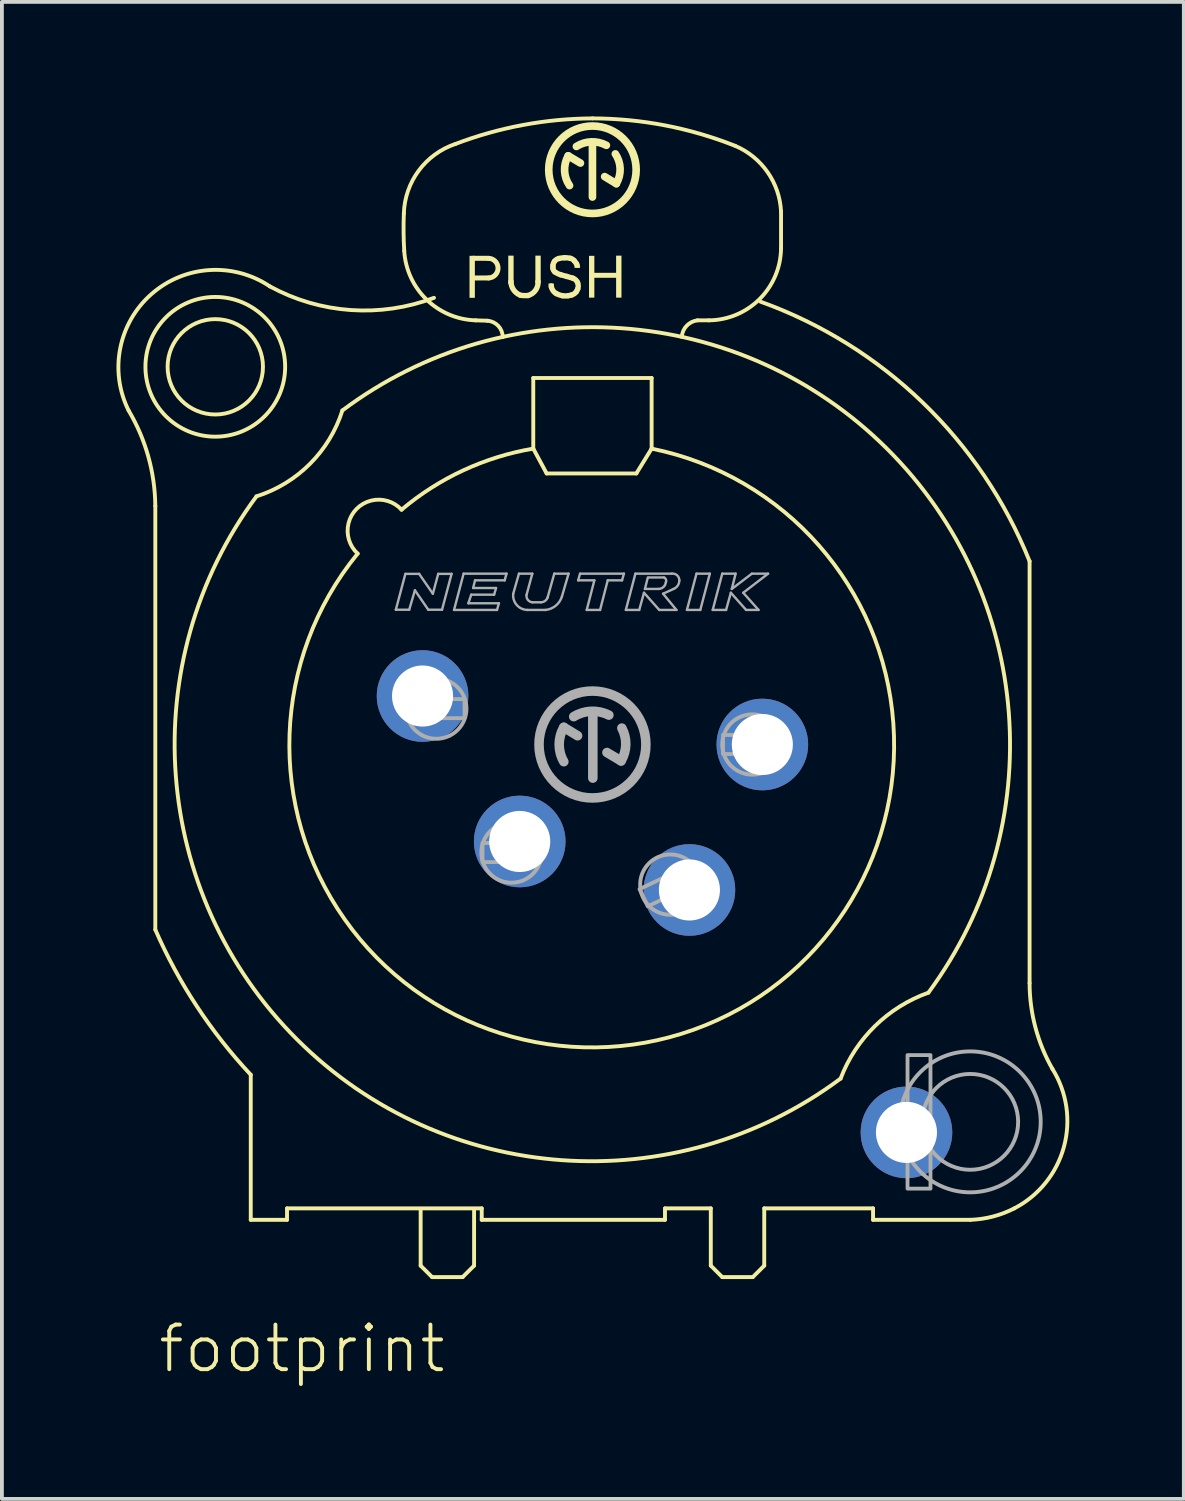
<source format=kicad_pcb>
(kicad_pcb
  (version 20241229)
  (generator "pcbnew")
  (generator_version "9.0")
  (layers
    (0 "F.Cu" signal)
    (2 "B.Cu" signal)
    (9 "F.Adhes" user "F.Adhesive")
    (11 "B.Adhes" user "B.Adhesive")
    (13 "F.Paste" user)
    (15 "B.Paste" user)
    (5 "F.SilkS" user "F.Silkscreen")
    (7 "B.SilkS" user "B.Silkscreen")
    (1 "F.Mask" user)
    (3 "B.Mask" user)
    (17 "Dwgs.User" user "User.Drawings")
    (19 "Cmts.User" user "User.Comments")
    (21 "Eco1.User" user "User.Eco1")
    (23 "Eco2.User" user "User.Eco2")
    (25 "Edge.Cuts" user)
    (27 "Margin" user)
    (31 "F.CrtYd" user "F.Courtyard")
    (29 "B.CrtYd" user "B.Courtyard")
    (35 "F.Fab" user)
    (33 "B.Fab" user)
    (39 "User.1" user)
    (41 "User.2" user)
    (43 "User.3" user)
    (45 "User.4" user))
  (footprint "footprint"
    (layer "F.Cu")
    (at 12.468 16.451)
    (property "Reference" "footprint" (at -11.43 16.51 0) (layer "F.SilkS") (effects (font (size 1.168 1.168) (thickness 0.102)) (justify left bottom)))
    (fp_line (start -11.45 -6.25) (end -11.45 4.85) (stroke (width 0.102) (type solid)) (layer "F.SilkS"))
    (fp_line (start -8.95 8.65) (end -8.95 12.45) (stroke (width 0.102) (type solid)) (layer "F.SilkS"))
    (fp_line (start -8.95 12.45) (end -8 12.45) (stroke (width 0.102) (type solid)) (layer "F.SilkS"))
    (fp_line (start -8 12.15) (end -2.9 12.15) (stroke (width 0.102) (type solid)) (layer "F.SilkS"))
    (fp_line (start -8 12.45) (end -8 12.15) (stroke (width 0.102) (type solid)) (layer "F.SilkS"))
    (fp_line (start -4.5 12.2) (end -4.5 13.65) (stroke (width 0.102) (type solid)) (layer "F.SilkS"))
    (fp_line (start -4.5 13.65) (end -4.2 13.95) (stroke (width 0.102) (type solid)) (layer "F.SilkS"))
    (fp_line (start -4.2 13.95) (end -3.4 13.95) (stroke (width 0.102) (type solid)) (layer "F.SilkS"))
    (fp_line (start -3.4 13.95) (end -3.1 13.65) (stroke (width 0.102) (type solid)) (layer "F.SilkS"))
    (fp_line (start -3.13 -12.735) (end -2.73 -12.735) (stroke (width 0.13) (type solid)) (layer "F.SilkS"))
    (fp_line (start -3.1 13.65) (end -3.1 12.2) (stroke (width 0.102) (type solid)) (layer "F.SilkS"))
    (fp_line (start -2.9 12.15) (end -2.9 12.45) (stroke (width 0.102) (type solid)) (layer "F.SilkS"))
    (fp_line (start -2.9 12.45) (end 1.9 12.45) (stroke (width 0.102) (type solid)) (layer "F.SilkS"))
    (fp_line (start -2.75 -11.1) (end -3.06 -11.11) (stroke (width 0.102) (type solid)) (layer "F.SilkS"))
    (fp_line (start -2.72 -12.22) (end -3.11 -12.22) (stroke (width 0.13) (type solid)) (layer "F.SilkS"))
    (fp_line (start -1.55 -9.6) (end -1.55 -7.75) (stroke (width 0.102) (type solid)) (layer "F.SilkS"))
    (fp_line (start -1.55 -7.75) (end -1.2 -7.1) (stroke (width 0.102) (type solid)) (layer "F.SilkS"))
    (fp_line (start -1.2 -7.1) (end 1.15 -7.1) (stroke (width 0.102) (type solid)) (layer "F.SilkS"))
    (fp_line (start -1.08 -12.01) (end -1.075 -11.985) (stroke (width 0.14) (type solid)) (layer "F.SilkS"))
    (fp_line (start -0.315 -15.23) (end -0.635 -15.42) (stroke (width 0.2) (type solid)) (layer "F.SilkS"))
    (fp_line (start 0 -14.34) (end 0 -15.73) (stroke (width 0.2) (type solid)) (layer "F.SilkS"))
    (fp_line (start 0.32 -14.875) (end 0.625 -14.69) (stroke (width 0.2) (type solid)) (layer "F.SilkS"))
    (fp_line (start 1.15 -7.1) (end 1.55 -7.75) (stroke (width 0.102) (type solid)) (layer "F.SilkS"))
    (fp_line (start 1.55 -9.6) (end -1.55 -9.6) (stroke (width 0.102) (type solid)) (layer "F.SilkS"))
    (fp_line (start 1.55 -7.75) (end 1.55 -9.6) (stroke (width 0.102) (type solid)) (layer "F.SilkS"))
    (fp_line (start 1.9 12.15) (end 3.1 12.15) (stroke (width 0.102) (type solid)) (layer "F.SilkS"))
    (fp_line (start 1.9 12.45) (end 1.9 12.15) (stroke (width 0.102) (type solid)) (layer "F.SilkS"))
    (fp_line (start 3.1 12.15) (end 3.1 13.65) (stroke (width 0.102) (type solid)) (layer "F.SilkS"))
    (fp_line (start 3.1 13.65) (end 3.4 13.95) (stroke (width 0.102) (type solid)) (layer "F.SilkS"))
    (fp_line (start 3.4 13.95) (end 4.2 13.95) (stroke (width 0.102) (type solid)) (layer "F.SilkS"))
    (fp_line (start 4.2 13.95) (end 4.5 13.65) (stroke (width 0.102) (type solid)) (layer "F.SilkS"))
    (fp_line (start 4.5 12.15) (end 7.35 12.15) (stroke (width 0.102) (type solid)) (layer "F.SilkS"))
    (fp_line (start 4.5 13.65) (end 4.5 12.15) (stroke (width 0.102) (type solid)) (layer "F.SilkS"))
    (fp_line (start 4.94 -13.96) (end 4.94 -13) (stroke (width 0.102) (type solid)) (layer "F.SilkS"))
    (fp_line (start 7.35 12.15) (end 7.35 12.45) (stroke (width 0.102) (type solid)) (layer "F.SilkS"))
    (fp_line (start 7.35 12.45) (end 9.9 12.45) (stroke (width 0.102) (type solid)) (layer "F.SilkS"))
    (fp_line (start 11.45 6.25) (end 11.45 -4.8) (stroke (width 0.102) (type solid)) (layer "F.SilkS"))
    (fp_arc (start -12.15 -8.75) (mid -11.634641 -7.5463) (end -11.45 -6.25) (stroke (width 0.1016) (type solid)) (layer "F.SilkS"))
    (fp_arc (start -12.149999 -8.75) (mid -11.550562 -11.798717) (end -8.45 -12) (stroke (width 0.1016) (type solid)) (layer "F.SilkS"))
    (fp_arc (start -8.95 8.65) (mid -10.362445 6.856872) (end -11.45 4.85) (stroke (width 0.1016) (type solid)) (layer "F.SilkS"))
    (fp_arc (start -6.55 -8.75) (mid 7.709645 -7.752825) (end 8.799998 6.499998) (stroke (width 0.1016) (type solid)) (layer "F.SilkS"))
    (fp_arc (start -6.55 -8.749999) (mid -7.399996 -7.349995) (end -8.8 -6.5) (stroke (width 0.1016) (type solid)) (layer "F.SilkS"))
    (fp_arc (start -6.15 -5) (mid -6.175543 -6.175543) (end -5 -6.15) (stroke (width 0.1016) (type solid)) (layer "F.SilkS"))
    (fp_arc (start -5 -6.15) (mid -3.382475 -7.181744) (end -1.55 -7.75) (stroke (width 0.1016) (type solid)) (layer "F.SilkS"))
    (fp_arc (start -4.94 -13.91) (mid -4.550179 -15.031535) (end -3.589998 -15.73) (stroke (width 0.1016) (type solid)) (layer "F.SilkS"))
    (fp_arc (start -4.93 -12.93) (mid -4.946992 -13.419878) (end -4.94 -13.91) (stroke (width 0.1016) (type solid)) (layer "F.SilkS"))
    (fp_arc (start -4.15 -11.7) (mid -6.332781 -11.380141) (end -8.45 -12) (stroke (width 0.1016) (type solid)) (layer "F.SilkS"))
    (fp_arc (start -3.59 -15.73) (mid -1.825069 -16.226116) (end 0 -16.4) (stroke (width 0.1016) (type solid)) (layer "F.SilkS"))
    (fp_arc (start -3.06 -11.11) (mid -4.347877 -11.657428) (end -4.929998 -12.93) (stroke (width 0.1016) (type solid)) (layer "F.SilkS"))
    (fp_arc (start -2.75 -11.1) (mid -2.465454 -10.963647) (end -2.35 -10.67) (stroke (width 0.1016) (type solid)) (layer "F.SilkS"))
    (fp_arc (start -2.73 -12.735) (mid -2.47245 -12.482404) (end -2.719998 -12.219998) (stroke (width 0.13) (type solid)) (layer "F.SilkS"))
    (fp_arc (start -1.88 -11.765) (mid -2.064528 -11.907658) (end -2.135 -12.13) (stroke (width 0.14) (type solid)) (layer "F.SilkS"))
    (fp_arc (start -1.69 -11.76) (mid -1.785118 -11.758012) (end -1.88 -11.765) (stroke (width 0.14) (type solid)) (layer "F.SilkS"))
    (fp_arc (start -1.425 -12.13) (mid -1.491164 -11.897489) (end -1.69 -11.76) (stroke (width 0.14) (type solid)) (layer "F.SilkS"))
    (fp_arc (start -1.035 -12.545) (mid -1.023241 -12.602997) (end -0.994999 -12.655) (stroke (width 0.14) (type solid)) (layer "F.SilkS"))
    (fp_arc (start -1.035 -12.475) (mid -1.035897 -12.51) (end -1.035 -12.545) (stroke (width 0.14) (type solid)) (layer "F.SilkS"))
    (fp_arc (start -0.995 -12.655) (mid -0.944061 -12.70256) (end -0.88 -12.73) (stroke (width 0.14) (type solid)) (layer "F.SilkS"))
    (fp_arc (start -0.98 -12.375) (mid -1.018984 -12.418684) (end -1.035 -12.475001) (stroke (width 0.14) (type solid)) (layer "F.SilkS"))
    (fp_arc (start -0.945 -11.809999) (mid -1.02964 -11.88291) (end -1.075 -11.985) (stroke (width 0.14) (type solid)) (layer "F.SilkS"))
    (fp_arc (start -0.88 -12.73) (mid -0.805495 -12.743715) (end -0.73 -12.75) (stroke (width 0.14) (type solid)) (layer "F.SilkS"))
    (fp_arc (start -0.835 -12.305) (mid -0.91042 -12.33395) (end -0.98 -12.375) (stroke (width 0.14) (type solid)) (layer "F.SilkS"))
    (fp_arc (start -0.785 -11.755) (mid -0.867193 -11.776119) (end -0.945 -11.81) (stroke (width 0.14) (type solid)) (layer "F.SilkS"))
    (fp_arc (start -0.73 -12.75) (mid -0.654498 -12.747518) (end -0.58 -12.735) (stroke (width 0.14) (type solid)) (layer "F.SilkS"))
    (fp_arc (start -0.67 -12.26) (mid -0.752692 -12.281798) (end -0.835 -12.305) (stroke (width 0.14) (type solid)) (layer "F.SilkS"))
    (fp_arc (start -0.67 -12.26) (mid -0.592125 -12.238792) (end -0.515 -12.215) (stroke (width 0.14) (type solid)) (layer "F.SilkS"))
    (fp_arc (start -0.635 -11.755) (mid -0.71 -11.748536) (end -0.785 -11.755) (stroke (width 0.14) (type solid)) (layer "F.SilkS"))
    (fp_arc (start -0.600001 -14.640001) (mid -0.729534 -15.024974) (end -0.635 -15.42) (stroke (width 0.2) (type solid)) (layer "F.SilkS"))
    (fp_arc (start -0.58 -12.735) (mid -0.52536 -12.712732) (end -0.479999 -12.675) (stroke (width 0.14) (type solid)) (layer "F.SilkS"))
    (fp_arc (start -0.545 -11.775) (mid -0.589766 -11.763948) (end -0.635 -11.755) (stroke (width 0.14) (type solid)) (layer "F.SilkS"))
    (fp_arc (start -0.515 -12.214999) (mid -0.439971 -12.171119) (end -0.39 -12.1) (stroke (width 0.14) (type solid)) (layer "F.SilkS"))
    (fp_arc (start -0.48 -12.675) (mid -0.448393 -12.636205) (end -0.42 -12.595) (stroke (width 0.14) (type solid)) (layer "F.SilkS"))
    (fp_arc (start -0.42 -15.665) (mid -0.031557 -15.786174) (end 0.365001 -15.695) (stroke (width 0.2) (type solid)) (layer "F.SilkS"))
    (fp_arc (start -0.42 -12.595) (mid -0.409613 -12.577721) (end -0.4 -12.56) (stroke (width 0.14) (type solid)) (layer "F.SilkS"))
    (fp_arc (start -0.42 -11.865) (mid -0.474346 -11.808675) (end -0.545 -11.775) (stroke (width 0.14) (type solid)) (layer "F.SilkS"))
    (fp_arc (start -0.39 -12.1) (mid -0.372108 -12.017966) (end -0.385 -11.935) (stroke (width 0.14) (type solid)) (layer "F.SilkS"))
    (fp_arc (start -0.385 -11.935) (mid -0.40031 -11.898905) (end -0.42 -11.865) (stroke (width 0.14) (type solid)) (layer "F.SilkS"))
    (fp_arc (start 0 -16.4) (mid 1.903896 -16.21607) (end 3.74 -15.68) (stroke (width 0.1016) (type solid)) (layer "F.SilkS"))
    (fp_arc (start 0.6 -15.469999) (mid 0.725239 -15.083613) (end 0.625 -14.69) (stroke (width 0.2) (type solid)) (layer "F.SilkS"))
    (fp_arc (start 1.55 -7.75) (mid 2.64544 7.472228) (end -6.149999 -5) (stroke (width 0.1016) (type solid)) (layer "F.SilkS"))
    (fp_arc (start 2.339999 -10.680001) (mid 2.468258 -10.968173) (end 2.75 -11.11) (stroke (width 0.1016) (type solid)) (layer "F.SilkS"))
    (fp_arc (start 2.75 -11.11) (mid 2.9 -11.110782) (end 3.05 -11.11) (stroke (width 0.1016) (type solid)) (layer "F.SilkS"))
    (fp_arc (start 3.74 -15.68) (mid 4.587041 -14.992353) (end 4.94 -13.959999) (stroke (width 0.1016) (type solid)) (layer "F.SilkS"))
    (fp_arc (start 4.399999 -11.6) (mid 8.653124 -8.954894) (end 11.45 -4.8) (stroke (width 0.1016) (type solid)) (layer "F.SilkS"))
    (fp_arc (start 4.94 -13) (mid 4.380591 -11.669408) (end 3.049999 -11.109999) (stroke (width 0.1016) (type solid)) (layer "F.SilkS"))
    (fp_arc (start 6.5 8.75) (mid -7.7333 7.729886) (end -8.799998 -6.499998) (stroke (width 0.1016) (type solid)) (layer "F.SilkS"))
    (fp_arc (start 6.500001 8.749999) (mid 7.402461 7.371959) (end 8.8 6.5) (stroke (width 0.1016) (type solid)) (layer "F.SilkS"))
    (fp_arc (start 11.05 12.15) (mid 10.491533 12.363377) (end 9.9 12.45) (stroke (width 0.1016) (type solid)) (layer "F.SilkS"))
    (fp_arc (start 12.05 8.5) (mid 12.348211 10.543688) (end 11.05 12.15) (stroke (width 0.1016) (type solid)) (layer "F.SilkS"))
    (fp_arc (start 12.05 8.5) (mid 11.603713 7.41401) (end 11.45 6.25) (stroke (width 0.1016) (type solid)) (layer "F.SilkS"))
    (fp_circle (center -9.879 -9.893) (end -8.63 -9.893) (stroke (width 0.102) (type solid)) (fill no) (layer "F.SilkS"))
    (fp_circle (center -9.879 -9.893) (end -8.049 -9.893) (stroke (width 0.102) (type solid)) (fill no) (layer "F.SilkS"))
    (fp_circle (center 0 -15.055) (end 1.145 -15.055) (stroke (width 0.2) (type solid)) (fill no) (layer "F.SilkS"))
    (fp_poly (pts (xy -3.22 -11.7) (xy -3.08 -11.7) (xy -3.08 -12.8) (xy -3.22 -12.8)) (stroke (width 0) (type solid)) (fill yes) (layer "F.SilkS"))
    (fp_poly (pts (xy -2.205 -12.06) (xy -2.065 -12.06) (xy -2.065 -12.805) (xy -2.205 -12.805)) (stroke (width 0) (type solid)) (fill yes) (layer "F.SilkS"))
    (fp_poly (pts (xy -1.495 -12.08) (xy -1.355 -12.08) (xy -1.355 -12.805) (xy -1.495 -12.805)) (stroke (width 0) (type solid)) (fill yes) (layer "F.SilkS"))
    (fp_poly (pts (xy -1.15 -12.025) (xy -1.01 -12.025) (xy -1.01 -12.075) (xy -1.15 -12.075)) (stroke (width 0) (type solid)) (fill yes) (layer "F.SilkS"))
    (fp_poly (pts (xy -0.47 -12.485) (xy -0.325 -12.485) (xy -0.325 -12.545) (xy -0.47 -12.545)) (stroke (width 0) (type solid)) (fill yes) (layer "F.SilkS"))
    (fp_poly (pts (xy -0.09 -11.705) (xy 0.05 -11.705) (xy 0.05 -12.8) (xy -0.09 -12.8)) (stroke (width 0) (type solid)) (fill yes) (layer "F.SilkS"))
    (fp_poly (pts (xy 0.035 -12.225) (xy 0.64 -12.225) (xy 0.64 -12.355) (xy 0.035 -12.355)) (stroke (width 0) (type solid)) (fill yes) (layer "F.SilkS"))
    (fp_poly (pts (xy 0.62 -11.705) (xy 0.76 -11.705) (xy 0.76 -12.805) (xy 0.62 -12.805)) (stroke (width 0) (type solid)) (fill yes) (layer "F.SilkS"))
    (fp_line (start -5.15 -3.53) (end -4.9 -4.47) (stroke (width 0.063) (type solid)) (layer "F.Fab"))
    (fp_line (start -4.9 -4.47) (end -4.54 -4.47) (stroke (width 0.063) (type solid)) (layer "F.Fab"))
    (fp_line (start -4.8 -3.53) (end -5.15 -3.53) (stroke (width 0.063) (type solid)) (layer "F.Fab"))
    (fp_line (start -4.65 -4.04) (end -4.8 -3.53) (stroke (width 0.063) (type solid)) (layer "F.Fab"))
    (fp_line (start -4.54 -4.47) (end -4.18 -3.95) (stroke (width 0.063) (type solid)) (layer "F.Fab"))
    (fp_line (start -4.3 -3.53) (end -4.65 -4.04) (stroke (width 0.063) (type solid)) (layer "F.Fab"))
    (fp_line (start -4.18 -3.95) (end -4.04 -4.47) (stroke (width 0.063) (type solid)) (layer "F.Fab"))
    (fp_line (start -4.04 -4.47) (end -3.69 -4.47) (stroke (width 0.063) (type solid)) (layer "F.Fab"))
    (fp_line (start -3.94 -3.53) (end -4.3 -3.53) (stroke (width 0.063) (type solid)) (layer "F.Fab"))
    (fp_line (start -3.69 -4.47) (end -3.94 -3.53) (stroke (width 0.063) (type solid)) (layer "F.Fab"))
    (fp_line (start -3.625 -3.525) (end -3.375 -4.475) (stroke (width 0.063) (type solid)) (layer "F.Fab"))
    (fp_line (start -3.375 -4.475) (end -2.25 -4.475) (stroke (width 0.063) (type solid)) (layer "F.Fab"))
    (fp_line (start -3.25 -3.7) (end -2.45 -3.7) (stroke (width 0.063) (type solid)) (layer "F.Fab"))
    (fp_line (start -3.175 -3.925) (end -3.25 -3.7) (stroke (width 0.063) (type solid)) (layer "F.Fab"))
    (fp_line (start -3.125 -4.1) (end -2.525 -4.1) (stroke (width 0.063) (type solid)) (layer "F.Fab"))
    (fp_line (start -3.075 -4.3) (end -3.125 -4.1) (stroke (width 0.063) (type solid)) (layer "F.Fab"))
    (fp_line (start -2.575 -3.925) (end -3.175 -3.925) (stroke (width 0.063) (type solid)) (layer "F.Fab"))
    (fp_line (start -2.525 -4.1) (end -2.575 -3.925) (stroke (width 0.063) (type solid)) (layer "F.Fab"))
    (fp_line (start -2.5 -3.525) (end -3.625 -3.525) (stroke (width 0.063) (type solid)) (layer "F.Fab"))
    (fp_line (start -2.45 -3.7) (end -2.5 -3.525) (stroke (width 0.063) (type solid)) (layer "F.Fab"))
    (fp_line (start -2.3 -4.3) (end -3.075 -4.3) (stroke (width 0.063) (type solid)) (layer "F.Fab"))
    (fp_line (start -2.25 -4.475) (end -2.3 -4.3) (stroke (width 0.063) (type solid)) (layer "F.Fab"))
    (fp_line (start -2.075 -3.95) (end -1.925 -4.475) (stroke (width 0.063) (type solid)) (layer "F.Fab"))
    (fp_line (start -1.925 -4.475) (end -1.575 -4.475) (stroke (width 0.063) (type solid)) (layer "F.Fab"))
    (fp_line (start -1.575 -4.475) (end -1.725 -3.925) (stroke (width 0.063) (type solid)) (layer "F.Fab"))
    (fp_line (start -1.575 -3.725) (end -1.35 -3.725) (stroke (width 0.063) (type solid)) (layer "F.Fab"))
    (fp_line (start -1.225 -3.525) (end -1.7 -3.525) (stroke (width 0.063) (type solid)) (layer "F.Fab"))
    (fp_line (start -1.175 -3.85) (end -1 -4.475) (stroke (width 0.063) (type solid)) (layer "F.Fab"))
    (fp_line (start -1 -4.475) (end -0.625 -4.475) (stroke (width 0.063) (type solid)) (layer "F.Fab"))
    (fp_line (start -0.75 -0.45) (end -0.39 -0.23) (stroke (width 0.25) (type solid)) (layer "F.Fab"))
    (fp_line (start -0.625 -4.475) (end -0.8 -3.875) (stroke (width 0.063) (type solid)) (layer "F.Fab"))
    (fp_line (start -0.375 -4.3) (end -0.325 -4.475) (stroke (width 0.063) (type solid)) (layer "F.Fab"))
    (fp_line (start -0.325 -4.475) (end 0.825 -4.475) (stroke (width 0.063) (type solid)) (layer "F.Fab"))
    (fp_line (start -0.15 -3.525) (end 0.05 -4.3) (stroke (width 0.063) (type solid)) (layer "F.Fab"))
    (fp_line (start 0.01 0.88) (end 0.01 -0.78) (stroke (width 0.25) (type solid)) (layer "F.Fab"))
    (fp_line (start 0.05 -4.3) (end -0.375 -4.3) (stroke (width 0.063) (type solid)) (layer "F.Fab"))
    (fp_line (start 0.2 -3.525) (end -0.15 -3.525) (stroke (width 0.063) (type solid)) (layer "F.Fab"))
    (fp_line (start 0.38 0.21) (end 0.75 0.43) (stroke (width 0.25) (type solid)) (layer "F.Fab"))
    (fp_line (start 0.4 -4.3) (end 0.2 -3.525) (stroke (width 0.063) (type solid)) (layer "F.Fab"))
    (fp_line (start 0.775 -4.3) (end 0.4 -4.3) (stroke (width 0.063) (type solid)) (layer "F.Fab"))
    (fp_line (start 0.825 -4.475) (end 0.775 -4.3) (stroke (width 0.063) (type solid)) (layer "F.Fab"))
    (fp_line (start 0.875 -3.525) (end 1.125 -4.475) (stroke (width 0.063) (type solid)) (layer "F.Fab"))
    (fp_line (start 1.125 -4.475) (end 2.075 -4.475) (stroke (width 0.063) (type solid)) (layer "F.Fab"))
    (fp_line (start 1.225 -3.525) (end 0.875 -3.525) (stroke (width 0.063) (type solid)) (layer "F.Fab"))
    (fp_line (start 1.35 -3.975) (end 1.225 -3.525) (stroke (width 0.063) (type solid)) (layer "F.Fab"))
    (fp_line (start 1.375 -4.075) (end 1.725 -4.075) (stroke (width 0.063) (type solid)) (layer "F.Fab"))
    (fp_line (start 1.45 -4.375) (end 1.375 -4.075) (stroke (width 0.063) (type solid)) (layer "F.Fab"))
    (fp_line (start 1.75 -3.525) (end 1.35 -3.975) (stroke (width 0.063) (type solid)) (layer "F.Fab"))
    (fp_line (start 1.85 -3.95) (end 2.2 -3.525) (stroke (width 0.063) (type solid)) (layer "F.Fab"))
    (fp_line (start 1.875 -4.375) (end 1.475 -4.375) (stroke (width 0.063) (type solid)) (layer "F.Fab"))
    (fp_line (start 1.9 -4.175) (end 1.925 -4.25) (stroke (width 0.063) (type solid)) (layer "F.Fab"))
    (fp_line (start 2.125 -4.075) (end 1.85 -3.95) (stroke (width 0.063) (type solid)) (layer "F.Fab"))
    (fp_line (start 2.2 -3.525) (end 1.75 -3.525) (stroke (width 0.063) (type solid)) (layer "F.Fab"))
    (fp_line (start 2.475 -3.525) (end 2.725 -4.475) (stroke (width 0.063) (type solid)) (layer "F.Fab"))
    (fp_line (start 2.725 -4.475) (end 3.075 -4.475) (stroke (width 0.063) (type solid)) (layer "F.Fab"))
    (fp_line (start 2.825 -3.525) (end 2.475 -3.525) (stroke (width 0.063) (type solid)) (layer "F.Fab"))
    (fp_line (start 3.075 -4.475) (end 2.825 -3.525) (stroke (width 0.063) (type solid)) (layer "F.Fab"))
    (fp_line (start 3.15 -3.525) (end 3.5 -3.525) (stroke (width 0.063) (type solid)) (layer "F.Fab"))
    (fp_line (start 3.4 -4.475) (end 3.15 -3.525) (stroke (width 0.063) (type solid)) (layer "F.Fab"))
    (fp_line (start 3.5 -3.525) (end 3.625 -3.975) (stroke (width 0.063) (type solid)) (layer "F.Fab"))
    (fp_line (start 3.625 -3.975) (end 4.025 -3.525) (stroke (width 0.063) (type solid)) (layer "F.Fab"))
    (fp_line (start 3.65 -4.075) (end 3.75 -4.475) (stroke (width 0.063) (type solid)) (layer "F.Fab"))
    (fp_line (start 3.75 -4.475) (end 3.4 -4.475) (stroke (width 0.063) (type solid)) (layer "F.Fab"))
    (fp_line (start 3.95 -3.975) (end 4.6 -4.475) (stroke (width 0.063) (type solid)) (layer "F.Fab"))
    (fp_line (start 4.025 -3.525) (end 4.35 -3.525) (stroke (width 0.063) (type solid)) (layer "F.Fab"))
    (fp_line (start 4.175 -4.475) (end 3.65 -4.075) (stroke (width 0.063) (type solid)) (layer "F.Fab"))
    (fp_line (start 4.35 -3.525) (end 3.95 -3.975) (stroke (width 0.063) (type solid)) (layer "F.Fab"))
    (fp_line (start 4.6 -4.475) (end 4.175 -4.475) (stroke (width 0.063) (type solid)) (layer "F.Fab"))
    (fp_arc (start -1.7 -3.525) (mid -1.982521 -3.653658) (end -2.075 -3.95) (stroke (width 0.0634) (type solid)) (layer "F.Fab"))
    (fp_arc (start -1.575001 -3.724999) (mid -1.694241 -3.79182) (end -1.725 -3.925) (stroke (width 0.0634) (type solid)) (layer "F.Fab"))
    (fp_arc (start -1.175 -3.849999) (mid -1.243067 -3.760293) (end -1.35 -3.725) (stroke (width 0.0634) (type solid)) (layer "F.Fab"))
    (fp_arc (start -0.8 -3.875) (mid -0.960298 -3.636613) (end -1.224999 -3.525) (stroke (width 0.0634) (type solid)) (layer "F.Fab"))
    (fp_arc (start -0.75 0.45) (mid -0.871403 0) (end -0.75 -0.45) (stroke (width 0.25) (type solid)) (layer "F.Fab"))
    (fp_arc (start -0.49 -0.73) (mid -0.035247 -0.870661) (end 0.429999 -0.77) (stroke (width 0.25) (type solid)) (layer "F.Fab"))
    (fp_arc (start 0.769999 -0.430001) (mid 0.873225 0.002632) (end 0.75 0.43) (stroke (width 0.25) (type solid)) (layer "F.Fab"))
    (fp_arc (start 1.875 -4.375) (mid 1.925888 -4.322855) (end 1.925 -4.25) (stroke (width 0.0634) (type solid)) (layer "F.Fab"))
    (fp_arc (start 1.899999 -4.175) (mid 1.82636 -4.100745) (end 1.725 -4.075) (stroke (width 0.0634) (type solid)) (layer "F.Fab"))
    (fp_arc (start 2.075 -4.475) (mid 2.215619 -4.43392) (end 2.275 -4.299998) (stroke (width 0.0634) (type solid)) (layer "F.Fab"))
    (fp_arc (start 2.275 -4.3) (mid 2.235142 -4.164071) (end 2.125 -4.074999) (stroke (width 0.0634) (type solid)) (layer "F.Fab"))
    (fp_circle (center -4.09 -0.94) (end -3.3 -0.94) (stroke (width 0.102) (type solid)) (fill no) (layer "F.Fab"))
    (fp_circle (center -2.12 2.83) (end -1.33 2.83) (stroke (width 0.102) (type solid)) (fill no) (layer "F.Fab"))
    (fp_circle (center 0 0) (end 1.4 0) (stroke (width 0.25) (type solid)) (fill no) (layer "F.Fab"))
    (fp_circle (center 2.04 3.67) (end 2.83 3.67) (stroke (width 0.102) (type solid)) (fill no) (layer "F.Fab"))
    (fp_circle (center 4.19 0) (end 4.98 0) (stroke (width 0.102) (type solid)) (fill no) (layer "F.Fab"))
    (fp_circle (center 9.895 9.884) (end 11.15 9.884) (stroke (width 0.102) (type solid)) (fill no) (layer "F.Fab"))
    (fp_circle (center 9.895 9.884) (end 11.741 9.884) (stroke (width 0.102) (type solid)) (fill no) (layer "F.Fab"))
    (fp_poly (pts (xy -4.85 -0.69) (xy -3.35 -0.69) (xy -3.35 -1.19) (xy -4.85 -1.19)) (stroke (width 0.1) (type solid)) (fill no) (layer "F.Fab"))
    (fp_poly (pts (xy -2.88 3.08) (xy -1.36 3.08) (xy -1.36 2.58) (xy -2.88 2.58)) (stroke (width 0.1) (type solid)) (fill no) (layer "F.Fab"))
    (fp_poly (pts (xy 1.449 4.239) (xy 2.829 3.578) (xy 2.613 3.127) (xy 1.233 3.788)) (stroke (width 0.1) (type solid)) (fill no) (layer "F.Fab"))
    (fp_poly (pts (xy 3.42 0.25) (xy 4.95 0.25) (xy 4.95 -0.25) (xy 3.42 -0.25)) (stroke (width 0.1) (type solid)) (fill no) (layer "F.Fab"))
    (fp_poly (pts (xy 8.253 11.633) (xy 8.854 11.633) (xy 8.854 8.135) (xy 8.253 8.135)) (stroke (width 0.1) (type solid)) (fill no) (layer "F.Fab"))
    (pad "1" thru_hole circle (at 4.45 0) (size 2.4 2.4) (drill 1.6) (layers "*.Cu" "*.Mask"))
    (pad "2" thru_hole circle (at 2.54 3.81) (size 2.4 2.4) (drill 1.6) (layers "*.Cu" "*.Mask"))
    (pad "3" thru_hole circle (at -1.905 2.54) (size 2.4 2.4) (drill 1.6) (layers "*.Cu" "*.Mask"))
    (pad "4" thru_hole circle (at -4.45 -1.27) (size 2.4 2.4) (drill 1.6) (layers "*.Cu" "*.Mask"))
    (pad "G" thru_hole circle (at 8.225 10.16) (size 2.4 2.4) (drill 1.6) (layers "*.Cu" "*.Mask")))
  (gr_rect
    (start -3 -3)
    (end 27.958 36.211)
    (stroke (width 0.1) (type default))
    (fill no)
    (layer "Edge.Cuts")))
</source>
